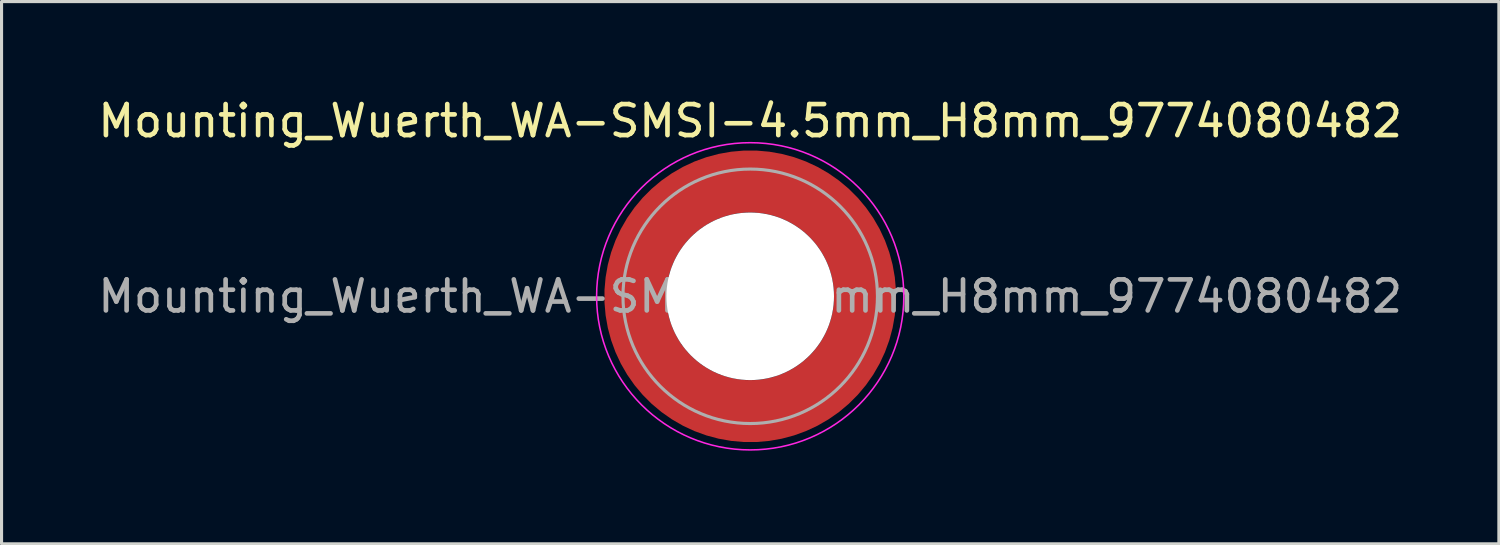
<source format=kicad_pcb>
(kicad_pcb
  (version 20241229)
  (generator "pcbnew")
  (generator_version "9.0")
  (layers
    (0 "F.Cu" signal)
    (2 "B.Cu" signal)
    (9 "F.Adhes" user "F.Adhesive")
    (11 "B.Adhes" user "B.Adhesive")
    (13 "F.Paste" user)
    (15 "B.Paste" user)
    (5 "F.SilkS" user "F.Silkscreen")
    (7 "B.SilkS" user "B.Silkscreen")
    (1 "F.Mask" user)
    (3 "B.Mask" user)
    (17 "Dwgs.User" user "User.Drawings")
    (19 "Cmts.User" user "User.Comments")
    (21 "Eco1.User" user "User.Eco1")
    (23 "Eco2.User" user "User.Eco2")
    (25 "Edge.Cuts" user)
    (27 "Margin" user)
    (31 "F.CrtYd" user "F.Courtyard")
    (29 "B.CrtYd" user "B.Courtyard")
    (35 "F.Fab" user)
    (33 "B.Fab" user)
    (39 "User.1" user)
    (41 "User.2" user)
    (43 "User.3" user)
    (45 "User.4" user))
  (footprint "Mounting_Wuerth_WA-SMSI-4.5mm_H8mm_9774080482"
    (layer "F.Cu")
    (at 21.125 6.498)
    (property "Reference" "Mounting_Wuerth_WA-SMSI-4.5mm_H8mm_9774080482" (at 0 -5.65 0) (layer "F.SilkS") (effects (font (size 1 1) (thickness 0.15))))
    (attr smd)
    (fp_circle (center 0 0) (end 4.95 0) (stroke (width 0.05) (type solid)) (fill no) (layer "F.CrtYd"))
    (fp_circle (center 0 0) (end 4.1 0) (stroke (width 0.1) (type solid)) (fill no) (layer "F.Fab"))
    (fp_text user "${REFERENCE}" (at 0 0 0) (layer "F.Fab") (effects (font (size 1 1) (thickness 0.15))))
    (pad "" smd custom (at -2.607 -2.607) (size 1.495 1.495) (layers "F.Paste") (options (anchor circle)) (primitives (gr_arc (start -0.188183 2.107456) (mid 0.599273 0.599273) (end 2.107456 -0.188183) (width 0.2)) (gr_arc (start -0.289416 2.107456) (mid 0.52877 0.52877) (end 2.107456 -0.289416) (width 0.2)) (gr_arc (start -0.390547 2.107456) (mid 0.458268 0.458268) (end 2.107456 -0.390547) (width 0.2)) (gr_arc (start -0.491585 2.107456) (mid 0.387765 0.387765) (end 2.107456 -0.491585) (width 0.2)) (gr_arc (start -0.59254 2.107456) (mid 0.317262 0.317262) (end 2.107456 -0.59254) (width 0.2)) (gr_arc (start -0.693419 2.107456) (mid 0.24676 0.24676) (end 2.107456 -0.693419) (width 0.2)) (gr_arc (start -0.794229 2.107456) (mid 0.176257 0.176257) (end 2.107456 -0.794229) (width 0.2)) (gr_arc (start -0.894975 2.107456) (mid 0.105754 0.105754) (end 2.107456 -0.894975) (width 0.2)) (gr_arc (start -0.995664 2.107456) (mid 0.035251 0.035251) (end 2.107456 -0.995664) (width 0.2)) (gr_arc (start -1.0963 2.107456) (mid -0.035252 -0.035252) (end 2.107456 -1.0963) (width 0.2)) (gr_arc (start -1.196886 2.107456) (mid -0.105754 -0.105754) (end 2.107456 -1.196886) (width 0.2)) (gr_arc (start -1.297427 2.107456) (mid -0.176257 -0.176257) (end 2.107456 -1.297427) (width 0.2)) (gr_arc (start -1.397927 2.107456) (mid -0.24676 -0.24676) (end 2.107456 -1.397927) (width 0.2)) (gr_arc (start -1.498388 2.107456) (mid -0.317262 -0.317262) (end 2.107456 -1.498388) (width 0.2)) (gr_arc (start -1.598813 2.107456) (mid -0.387765 -0.387765) (end 2.107456 -1.598813) (width 0.2)) (gr_arc (start -1.699204 2.107456) (mid -0.458267 -0.458267) (end 2.107456 -1.699204) (width 0.2)) (gr_arc (start -1.799565 2.107456) (mid -0.528771 -0.528771) (end 2.107456 -1.799565) (width 0.2)) (gr_arc (start -1.899896 2.107456) (mid -0.599273 -0.599273) (end 2.107456 -1.899896) (width 0.2)) (gr_arc (start -1.899896 2.107456) (mid -0.599273 -0.599273) (end 2.107456 -1.899896) (width 0.2)) (gr_line (start 2.107 -0.188) (end 2.107 -1.9) (width 0.2)) (gr_line (start -0.188 2.107) (end -1.9 2.107) (width 0.2))))
    (pad "" smd custom (at -2.607 2.607) (size 1.495 1.495) (layers "F.Paste") (options (anchor circle)) (primitives (gr_arc (start 2.107456 0.188183) (mid 0.599273 -0.599273) (end -0.188183 -2.107456) (width 0.2)) (gr_arc (start 2.107456 0.289416) (mid 0.52877 -0.52877) (end -0.289416 -2.107456) (width 0.2)) (gr_arc (start 2.107456 0.390547) (mid 0.458268 -0.458268) (end -0.390547 -2.107456) (width 0.2)) (gr_arc (start 2.107456 0.491585) (mid 0.387765 -0.387765) (end -0.491585 -2.107456) (width 0.2)) (gr_arc (start 2.107456 0.59254) (mid 0.317262 -0.317262) (end -0.59254 -2.107456) (width 0.2)) (gr_arc (start 2.107456 0.693419) (mid 0.24676 -0.24676) (end -0.693419 -2.107456) (width 0.2)) (gr_arc (start 2.107456 0.794229) (mid 0.176257 -0.176257) (end -0.794229 -2.107456) (width 0.2)) (gr_arc (start 2.107456 0.894975) (mid 0.105754 -0.105754) (end -0.894975 -2.107456) (width 0.2)) (gr_arc (start 2.107456 0.995664) (mid 0.035251 -0.035251) (end -0.995664 -2.107456) (width 0.2)) (gr_arc (start 2.107456 1.0963) (mid -0.035252 0.035252) (end -1.0963 -2.107456) (width 0.2)) (gr_arc (start 2.107456 1.196886) (mid -0.105754 0.105754) (end -1.196886 -2.107456) (width 0.2)) (gr_arc (start 2.107456 1.297427) (mid -0.176257 0.176257) (end -1.297427 -2.107456) (width 0.2)) (gr_arc (start 2.107456 1.397927) (mid -0.24676 0.24676) (end -1.397927 -2.107456) (width 0.2)) (gr_arc (start 2.107456 1.498388) (mid -0.317262 0.317262) (end -1.498388 -2.107456) (width 0.2)) (gr_arc (start 2.107456 1.598813) (mid -0.387765 0.387765) (end -1.598813 -2.107456) (width 0.2)) (gr_arc (start 2.107456 1.699204) (mid -0.458267 0.458267) (end -1.699204 -2.107456) (width 0.2)) (gr_arc (start 2.107456 1.799565) (mid -0.528771 0.528771) (end -1.799565 -2.107456) (width 0.2)) (gr_arc (start 2.107456 1.899896) (mid -0.599273 0.599273) (end -1.899896 -2.107456) (width 0.2)) (gr_arc (start 2.107456 1.899896) (mid -0.599273 0.599273) (end -1.899896 -2.107456) (width 0.2)) (gr_line (start -0.188 -2.107) (end -1.9 -2.107) (width 0.2)) (gr_line (start 2.107 0.188) (end 2.107 1.9) (width 0.2))))
    (pad "" np_thru_hole circle (at 0 0) (size 5.4 5.4) (drill 5.4) (layers "*.Cu" "*.Mask"))
    (pad "" smd custom (at 2.607 -2.607) (size 1.495 1.495) (layers "F.Paste") (options (anchor circle)) (primitives (gr_arc (start -2.107456 -0.188183) (mid -0.599273 0.599273) (end 0.188183 2.107456) (width 0.2)) (gr_arc (start -2.107456 -0.289416) (mid -0.52877 0.52877) (end 0.289416 2.107456) (width 0.2)) (gr_arc (start -2.107456 -0.390547) (mid -0.458268 0.458268) (end 0.390547 2.107456) (width 0.2)) (gr_arc (start -2.107456 -0.491585) (mid -0.387765 0.387765) (end 0.491585 2.107456) (width 0.2)) (gr_arc (start -2.107456 -0.59254) (mid -0.317262 0.317262) (end 0.59254 2.107456) (width 0.2)) (gr_arc (start -2.107456 -0.693419) (mid -0.24676 0.24676) (end 0.693419 2.107456) (width 0.2)) (gr_arc (start -2.107456 -0.794229) (mid -0.176257 0.176257) (end 0.794229 2.107456) (width 0.2)) (gr_arc (start -2.107456 -0.894975) (mid -0.105754 0.105754) (end 0.894975 2.107456) (width 0.2)) (gr_arc (start -2.107456 -0.995664) (mid -0.035251 0.035251) (end 0.995664 2.107456) (width 0.2)) (gr_arc (start -2.107456 -1.0963) (mid 0.035252 -0.035252) (end 1.0963 2.107456) (width 0.2)) (gr_arc (start -2.107456 -1.196886) (mid 0.105754 -0.105754) (end 1.196886 2.107456) (width 0.2)) (gr_arc (start -2.107456 -1.297427) (mid 0.176257 -0.176257) (end 1.297427 2.107456) (width 0.2)) (gr_arc (start -2.107456 -1.397927) (mid 0.24676 -0.24676) (end 1.397927 2.107456) (width 0.2)) (gr_arc (start -2.107456 -1.498388) (mid 0.317262 -0.317262) (end 1.498388 2.107456) (width 0.2)) (gr_arc (start -2.107456 -1.598813) (mid 0.387765 -0.387765) (end 1.598813 2.107456) (width 0.2)) (gr_arc (start -2.107456 -1.699204) (mid 0.458267 -0.458267) (end 1.699204 2.107456) (width 0.2)) (gr_arc (start -2.107456 -1.799565) (mid 0.528771 -0.528771) (end 1.799565 2.107456) (width 0.2)) (gr_arc (start -2.107456 -1.899896) (mid 0.599273 -0.599273) (end 1.899896 2.107456) (width 0.2)) (gr_arc (start -2.107456 -1.899896) (mid 0.599273 -0.599273) (end 1.899896 2.107456) (width 0.2)) (gr_line (start 0.188 2.107) (end 1.9 2.107) (width 0.2)) (gr_line (start -2.107 -0.188) (end -2.107 -1.9) (width 0.2))))
    (pad "" smd custom (at 2.607 2.607) (size 1.495 1.495) (layers "F.Paste") (options (anchor circle)) (primitives (gr_arc (start 0.188183 -2.107456) (mid -0.599273 -0.599273) (end -2.107456 0.188183) (width 0.2)) (gr_arc (start 0.289416 -2.107456) (mid -0.52877 -0.52877) (end -2.107456 0.289416) (width 0.2)) (gr_arc (start 0.390547 -2.107456) (mid -0.458268 -0.458268) (end -2.107456 0.390547) (width 0.2)) (gr_arc (start 0.491585 -2.107456) (mid -0.387765 -0.387765) (end -2.107456 0.491585) (width 0.2)) (gr_arc (start 0.59254 -2.107456) (mid -0.317262 -0.317262) (end -2.107456 0.59254) (width 0.2)) (gr_arc (start 0.693419 -2.107456) (mid -0.24676 -0.24676) (end -2.107456 0.693419) (width 0.2)) (gr_arc (start 0.794229 -2.107456) (mid -0.176257 -0.176257) (end -2.107456 0.794229) (width 0.2)) (gr_arc (start 0.894975 -2.107456) (mid -0.105754 -0.105754) (end -2.107456 0.894975) (width 0.2)) (gr_arc (start 0.995664 -2.107456) (mid -0.035251 -0.035251) (end -2.107456 0.995664) (width 0.2)) (gr_arc (start 1.0963 -2.107456) (mid 0.035252 0.035252) (end -2.107456 1.0963) (width 0.2)) (gr_arc (start 1.196886 -2.107456) (mid 0.105754 0.105754) (end -2.107456 1.196886) (width 0.2)) (gr_arc (start 1.297427 -2.107456) (mid 0.176257 0.176257) (end -2.107456 1.297427) (width 0.2)) (gr_arc (start 1.397927 -2.107456) (mid 0.24676 0.24676) (end -2.107456 1.397927) (width 0.2)) (gr_arc (start 1.498388 -2.107456) (mid 0.317262 0.317262) (end -2.107456 1.498388) (width 0.2)) (gr_arc (start 1.598813 -2.107456) (mid 0.387765 0.387765) (end -2.107456 1.598813) (width 0.2)) (gr_arc (start 1.699204 -2.107456) (mid 0.458267 0.458267) (end -2.107456 1.699204) (width 0.2)) (gr_arc (start 1.799565 -2.107456) (mid 0.528771 0.528771) (end -2.107456 1.799565) (width 0.2)) (gr_arc (start 1.899896 -2.107456) (mid 0.599273 0.599273) (end -2.107456 1.899896) (width 0.2)) (gr_arc (start 1.899896 -2.107456) (mid 0.599273 0.599273) (end -2.107456 1.899896) (width 0.2)) (gr_line (start -2.107 0.188) (end -2.107 1.9) (width 0.2)) (gr_line (start 0.188 -2.107) (end 1.9 -2.107) (width 0.2))))
    (pad "1" smd circle (at -3.7 0) (size 1.6 1.6) (layers "F.Cu"))
    (pad "1" smd circle (at 0 -3.7) (size 1.6 1.6) (layers "F.Cu"))
    (pad "1" smd circle (at 0 3.7) (size 1.6 1.6) (layers "F.Cu"))
    (pad "1" smd custom (at 3.7 0) (size 1.6 1.6) (layers "F.Cu" "F.Mask") (options (anchor circle)) (primitives (gr_circle (center -3.7 0) (end 0 0) (width 2) (fill no)))))
  (gr_rect
    (start -3 -3)
    (end 45.25 14.473)
    (stroke (width 0.1) (type default))
    (fill no)
    (layer "Edge.Cuts")))
</source>
